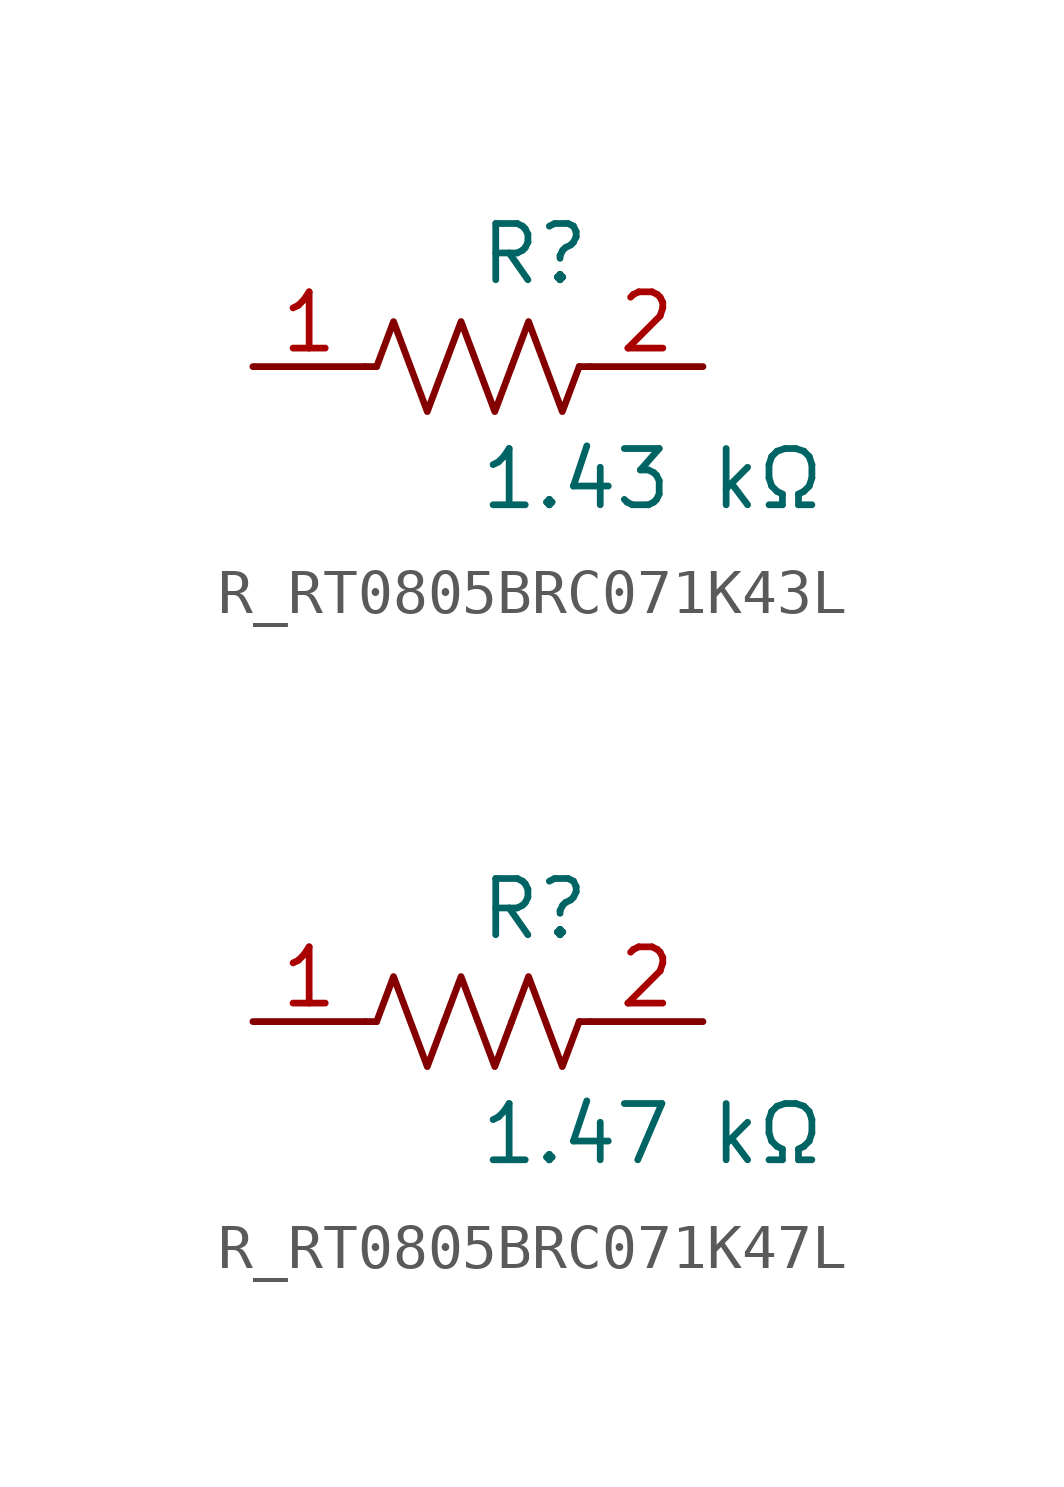
<source format=kicad_sym>
(kicad_symbol_lib
  (version 20231120)
  (generator kicad_symbol_editor)
  (generator_version 8.0)
  (symbol "R_RT0805BRC071K43L"
    (pin_names
      (offset 0.254))
    (property "Reference" "R"
      (at 0 2.54 0)
      (effects (font (size 1.27 1.27)) (justify left)))
    (property "Value" "1.43 kΩ"
      (at 0 -2.54 0)
      (effects (font (size 1.27 1.27)) (justify left)))
    (symbol "R_RT0805BRC071K43L_0_1"
      (polyline (pts (xy 2.286 0) (xy 2.54 0)) (stroke (width 0) (type default)) (fill (type none)))
      (polyline (pts (xy -2.286 0) (xy -2.54 0)) (stroke (width 0) (type default)) (fill (type none)))
      (polyline (pts (xy 0.762 0) (xy 1.143 1.016) (xy 1.524 0) (xy 1.905 -1.016) (xy 2.286 0)) (stroke (width 0) (type default)) (fill (type none)))
      (polyline (pts (xy -0.762 0) (xy -0.381 1.016) (xy 0 0) (xy 0.381 -1.016) (xy 0.762 0)) (stroke (width 0) (type default)) (fill (type none)))
      (polyline (pts (xy -2.286 0) (xy -1.905 1.016) (xy -1.524 0) (xy -1.143 -1.016) (xy -0.762 0)) (stroke (width 0) (type default)) (fill (type none))))
    (pin unspecified line
      (at -5.08 0 0)
      (length 2.54)
      (name "" (effects (font (size 1.27 1.27))))
      (number "1" (effects (font (size 1.27 1.27)))))
    (pin unspecified line
      (at 5.08 0 180)
      (length 2.54)
      (name "" (effects (font (size 1.27 1.27))))
      (number "2" (effects (font (size 1.27 1.27))))))
  (symbol "R_RT0805BRC071K47L"
    (pin_names
      (offset 0.254))
    (property "Reference" "R"
      (at 0 2.54 0)
      (effects (font (size 1.27 1.27)) (justify left)))
    (property "Value" "1.47 kΩ"
      (at 0 -2.54 0)
      (effects (font (size 1.27 1.27)) (justify left)))
    (symbol "R_RT0805BRC071K47L_0_1"
      (polyline (pts (xy 2.286 0) (xy 2.54 0)) (stroke (width 0) (type default)) (fill (type none)))
      (polyline (pts (xy -2.286 0) (xy -2.54 0)) (stroke (width 0) (type default)) (fill (type none)))
      (polyline (pts (xy 0.762 0) (xy 1.143 1.016) (xy 1.524 0) (xy 1.905 -1.016) (xy 2.286 0)) (stroke (width 0) (type default)) (fill (type none)))
      (polyline (pts (xy -0.762 0) (xy -0.381 1.016) (xy 0 0) (xy 0.381 -1.016) (xy 0.762 0)) (stroke (width 0) (type default)) (fill (type none)))
      (polyline (pts (xy -2.286 0) (xy -1.905 1.016) (xy -1.524 0) (xy -1.143 -1.016) (xy -0.762 0)) (stroke (width 0) (type default)) (fill (type none))))
    (pin unspecified line
      (at -5.08 0 0)
      (length 2.54)
      (name "" (effects (font (size 1.27 1.27))))
      (number "1" (effects (font (size 1.27 1.27)))))
    (pin unspecified line
      (at 5.08 0 180)
      (length 2.54)
      (name "" (effects (font (size 1.27 1.27))))
      (number "2" (effects (font (size 1.27 1.27)))))))
</source>
